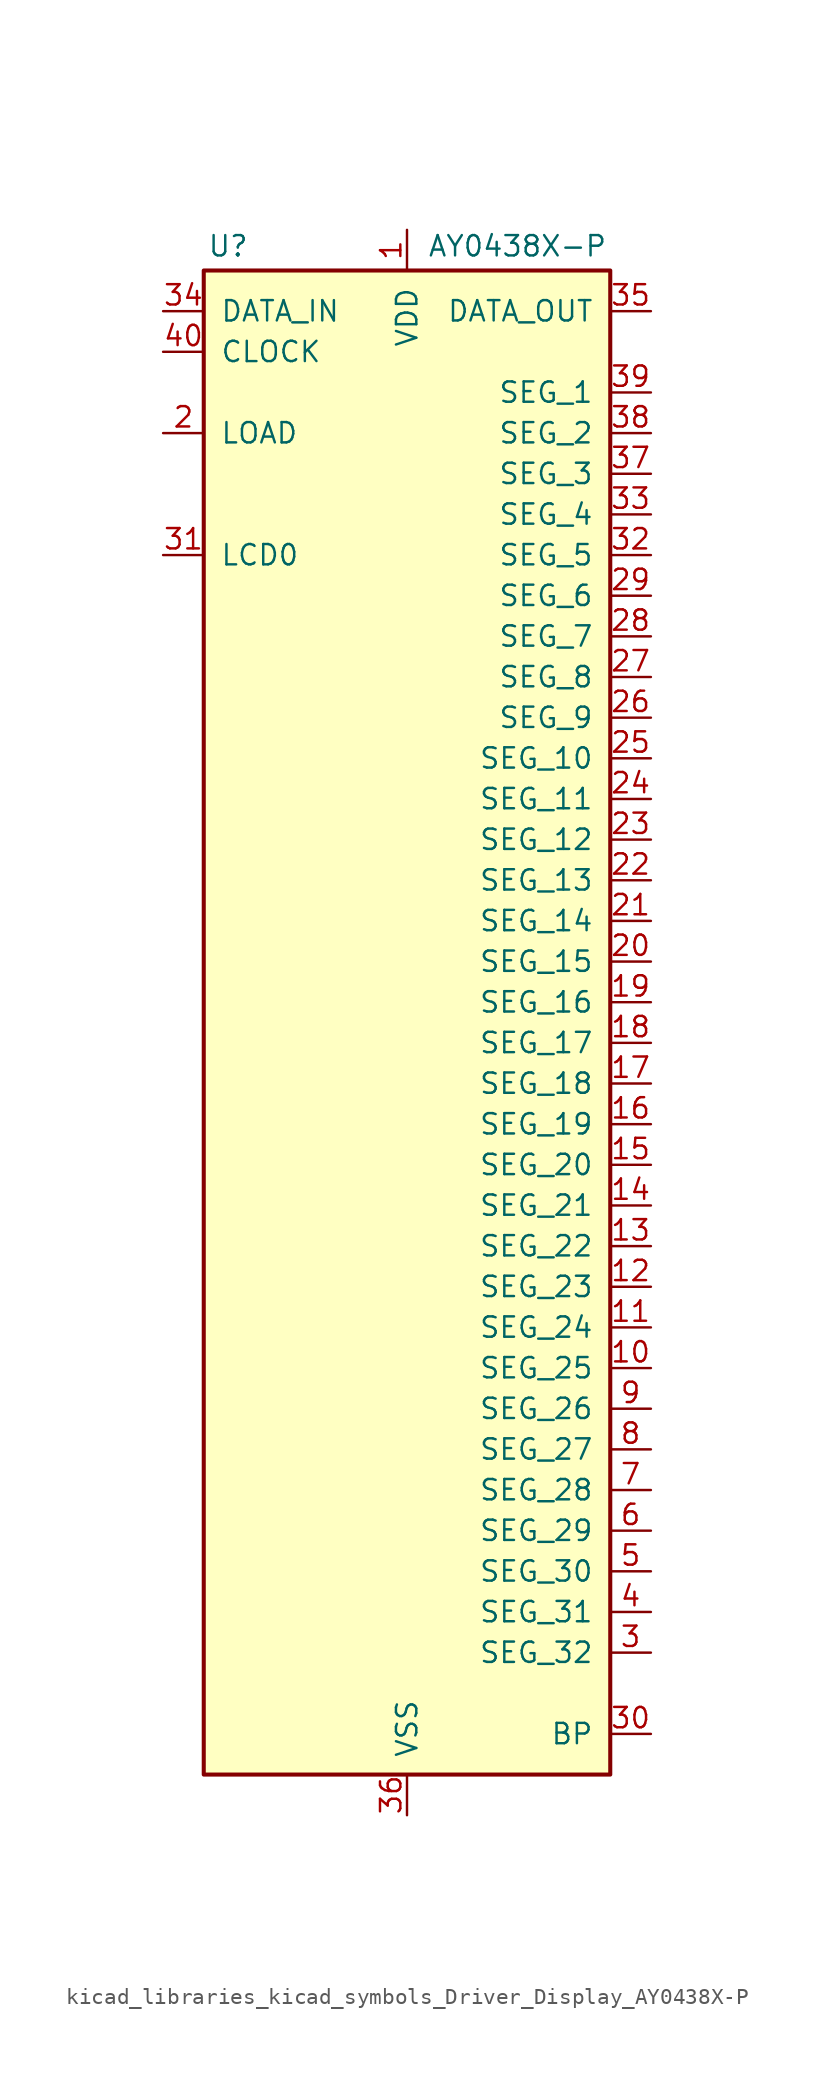
<source format=kicad_sym>
(kicad_symbol_lib
  (version 20220914)
  (generator kicad_symbol_editor)
  (symbol "kicad_libraries_kicad_symbols_Driver_Display_AY0438X-P"
    (pin_names
      (offset 1.016))
    (property "Reference" "U"
      (at -11.176 47.244 0)
      (effects (font (size 1.27 1.27))))
    (property "Value" "AY0438X-P"
      (at 1.27 47.244 0)
      (effects (font (size 1.27 1.27)) (justify left)))
    (symbol "kicad_libraries_kicad_symbols_Driver_Display_AY0438X-P_0_1"
      (rectangle (start -12.7 45.72) (end 12.7 -48.26) (stroke (width 0.254) (type default)) (fill (type background))))
    (symbol "kicad_libraries_kicad_symbols_Driver_Display_AY0438X-P_1_1"
      (pin power_in line (at 0 48.26 270) (length 2.54) (name "VDD" (effects (font (size 1.27 1.27)))) (number "1" (effects (font (size 1.27 1.27)))))
      (pin output line (at 15.24 -22.86 180) (length 2.54) (name "SEG_25" (effects (font (size 1.27 1.27)))) (number "10" (effects (font (size 1.27 1.27)))))
      (pin output line (at 15.24 -20.32 180) (length 2.54) (name "SEG_24" (effects (font (size 1.27 1.27)))) (number "11" (effects (font (size 1.27 1.27)))))
      (pin output line (at 15.24 -17.78 180) (length 2.54) (name "SEG_23" (effects (font (size 1.27 1.27)))) (number "12" (effects (font (size 1.27 1.27)))))
      (pin output line (at 15.24 -15.24 180) (length 2.54) (name "SEG_22" (effects (font (size 1.27 1.27)))) (number "13" (effects (font (size 1.27 1.27)))))
      (pin output line (at 15.24 -12.7 180) (length 2.54) (name "SEG_21" (effects (font (size 1.27 1.27)))) (number "14" (effects (font (size 1.27 1.27)))))
      (pin output line (at 15.24 -10.16 180) (length 2.54) (name "SEG_20" (effects (font (size 1.27 1.27)))) (number "15" (effects (font (size 1.27 1.27)))))
      (pin output line (at 15.24 -7.62 180) (length 2.54) (name "SEG_19" (effects (font (size 1.27 1.27)))) (number "16" (effects (font (size 1.27 1.27)))))
      (pin output line (at 15.24 -5.08 180) (length 2.54) (name "SEG_18" (effects (font (size 1.27 1.27)))) (number "17" (effects (font (size 1.27 1.27)))))
      (pin output line (at 15.24 -2.54 180) (length 2.54) (name "SEG_17" (effects (font (size 1.27 1.27)))) (number "18" (effects (font (size 1.27 1.27)))))
      (pin output line (at 15.24 0 180) (length 2.54) (name "SEG_16" (effects (font (size 1.27 1.27)))) (number "19" (effects (font (size 1.27 1.27)))))
      (pin input line (at -15.24 35.56 0) (length 2.54) (name "LOAD" (effects (font (size 1.27 1.27)))) (number "2" (effects (font (size 1.27 1.27)))))
      (pin output line (at 15.24 2.54 180) (length 2.54) (name "SEG_15" (effects (font (size 1.27 1.27)))) (number "20" (effects (font (size 1.27 1.27)))))
      (pin output line (at 15.24 5.08 180) (length 2.54) (name "SEG_14" (effects (font (size 1.27 1.27)))) (number "21" (effects (font (size 1.27 1.27)))))
      (pin output line (at 15.24 7.62 180) (length 2.54) (name "SEG_13" (effects (font (size 1.27 1.27)))) (number "22" (effects (font (size 1.27 1.27)))))
      (pin output line (at 15.24 10.16 180) (length 2.54) (name "SEG_12" (effects (font (size 1.27 1.27)))) (number "23" (effects (font (size 1.27 1.27)))))
      (pin output line (at 15.24 12.7 180) (length 2.54) (name "SEG_11" (effects (font (size 1.27 1.27)))) (number "24" (effects (font (size 1.27 1.27)))))
      (pin output line (at 15.24 15.24 180) (length 2.54) (name "SEG_10" (effects (font (size 1.27 1.27)))) (number "25" (effects (font (size 1.27 1.27)))))
      (pin output line (at 15.24 17.78 180) (length 2.54) (name "SEG_9" (effects (font (size 1.27 1.27)))) (number "26" (effects (font (size 1.27 1.27)))))
      (pin output line (at 15.24 20.32 180) (length 2.54) (name "SEG_8" (effects (font (size 1.27 1.27)))) (number "27" (effects (font (size 1.27 1.27)))))
      (pin output line (at 15.24 22.86 180) (length 2.54) (name "SEG_7" (effects (font (size 1.27 1.27)))) (number "28" (effects (font (size 1.27 1.27)))))
      (pin output line (at 15.24 25.4 180) (length 2.54) (name "SEG_6" (effects (font (size 1.27 1.27)))) (number "29" (effects (font (size 1.27 1.27)))))
      (pin output line (at 15.24 -40.64 180) (length 2.54) (name "SEG_32" (effects (font (size 1.27 1.27)))) (number "3" (effects (font (size 1.27 1.27)))))
      (pin output line (at 15.24 -45.72 180) (length 2.54) (name "BP" (effects (font (size 1.27 1.27)))) (number "30" (effects (font (size 1.27 1.27)))))
      (pin input line (at -15.24 27.94 0) (length 2.54) (name "LCD0" (effects (font (size 1.27 1.27)))) (number "31" (effects (font (size 1.27 1.27)))))
      (pin output line (at 15.24 27.94 180) (length 2.54) (name "SEG_5" (effects (font (size 1.27 1.27)))) (number "32" (effects (font (size 1.27 1.27)))))
      (pin output line (at 15.24 30.48 180) (length 2.54) (name "SEG_4" (effects (font (size 1.27 1.27)))) (number "33" (effects (font (size 1.27 1.27)))))
      (pin input line (at -15.24 43.18 0) (length 2.54) (name "DATA_IN" (effects (font (size 1.27 1.27)))) (number "34" (effects (font (size 1.27 1.27)))))
      (pin output line (at 15.24 43.18 180) (length 2.54) (name "DATA_OUT" (effects (font (size 1.27 1.27)))) (number "35" (effects (font (size 1.27 1.27)))))
      (pin power_in line (at 0 -50.8 90) (length 2.54) (name "VSS" (effects (font (size 1.27 1.27)))) (number "36" (effects (font (size 1.27 1.27)))))
      (pin output line (at 15.24 33.02 180) (length 2.54) (name "SEG_3" (effects (font (size 1.27 1.27)))) (number "37" (effects (font (size 1.27 1.27)))))
      (pin output line (at 15.24 35.56 180) (length 2.54) (name "SEG_2" (effects (font (size 1.27 1.27)))) (number "38" (effects (font (size 1.27 1.27)))))
      (pin output line (at 15.24 38.1 180) (length 2.54) (name "SEG_1" (effects (font (size 1.27 1.27)))) (number "39" (effects (font (size 1.27 1.27)))))
      (pin output line (at 15.24 -38.1 180) (length 2.54) (name "SEG_31" (effects (font (size 1.27 1.27)))) (number "4" (effects (font (size 1.27 1.27)))))
      (pin input line (at -15.24 40.64 0) (length 2.54) (name "CLOCK" (effects (font (size 1.27 1.27)))) (number "40" (effects (font (size 1.27 1.27)))))
      (pin output line (at 15.24 -35.56 180) (length 2.54) (name "SEG_30" (effects (font (size 1.27 1.27)))) (number "5" (effects (font (size 1.27 1.27)))))
      (pin output line (at 15.24 -33.02 180) (length 2.54) (name "SEG_29" (effects (font (size 1.27 1.27)))) (number "6" (effects (font (size 1.27 1.27)))))
      (pin output line (at 15.24 -30.48 180) (length 2.54) (name "SEG_28" (effects (font (size 1.27 1.27)))) (number "7" (effects (font (size 1.27 1.27)))))
      (pin output line (at 15.24 -27.94 180) (length 2.54) (name "SEG_27" (effects (font (size 1.27 1.27)))) (number "8" (effects (font (size 1.27 1.27)))))
      (pin output line (at 15.24 -25.4 180) (length 2.54) (name "SEG_26" (effects (font (size 1.27 1.27)))) (number "9" (effects (font (size 1.27 1.27))))))))
</source>
